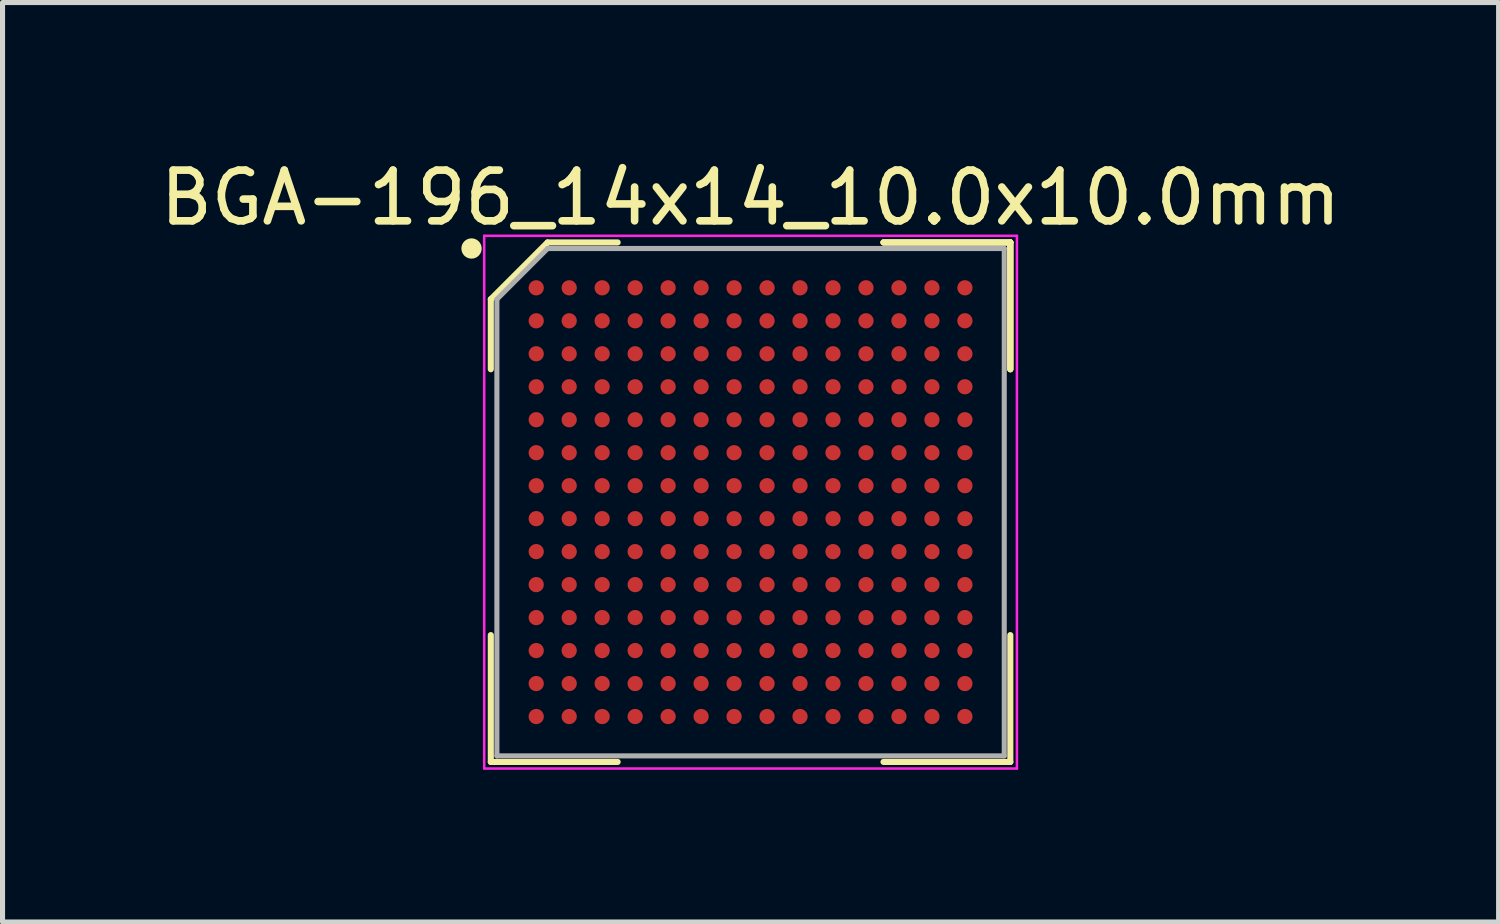
<source format=kicad_pcb>
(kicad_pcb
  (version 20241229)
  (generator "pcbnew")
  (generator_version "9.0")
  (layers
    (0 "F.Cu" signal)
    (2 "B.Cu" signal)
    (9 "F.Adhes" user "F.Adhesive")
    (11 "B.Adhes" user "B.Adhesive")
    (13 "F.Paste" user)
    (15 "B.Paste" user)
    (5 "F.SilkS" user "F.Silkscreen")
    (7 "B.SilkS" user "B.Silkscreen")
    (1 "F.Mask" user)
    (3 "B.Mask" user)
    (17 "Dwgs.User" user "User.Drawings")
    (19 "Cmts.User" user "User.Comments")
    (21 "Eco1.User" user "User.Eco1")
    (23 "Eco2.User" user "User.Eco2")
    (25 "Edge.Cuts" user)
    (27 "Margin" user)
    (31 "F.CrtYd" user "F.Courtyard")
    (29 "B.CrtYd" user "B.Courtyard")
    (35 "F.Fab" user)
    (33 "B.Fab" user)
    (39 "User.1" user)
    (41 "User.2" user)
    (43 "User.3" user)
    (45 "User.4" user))
  (footprint "BGA-196_14x14_10.0x10.0mm"
    (layer "F.Cu")
    (at 11.744 6.848)
    (property "Reference" "BGA-196_14x14_10.0x10.0mm" (at 0 -6 0) (layer "F.SilkS") (effects (font (size 1 1) (thickness 0.15))))
    (attr through_hole)
    (fp_line (start -5.12 -4) (end -5.12 -2.62) (stroke (width 0.12) (type solid)) (layer "F.SilkS"))
    (fp_line (start -5.12 5.12) (end -5.12 2.62) (stroke (width 0.12) (type solid)) (layer "F.SilkS"))
    (fp_line (start -4 -5.12) (end -5.12 -4) (stroke (width 0.12) (type solid)) (layer "F.SilkS"))
    (fp_line (start -2.62 -5.12) (end -4 -5.12) (stroke (width 0.12) (type solid)) (layer "F.SilkS"))
    (fp_line (start -2.62 5.12) (end -5.12 5.12) (stroke (width 0.12) (type solid)) (layer "F.SilkS"))
    (fp_line (start 2.62 -5.12) (end 5.12 -5.12) (stroke (width 0.12) (type solid)) (layer "F.SilkS"))
    (fp_line (start 2.62 -5.12) (end 5.12 -5.12) (stroke (width 0.12) (type solid)) (layer "F.SilkS"))
    (fp_line (start 2.62 -5.12) (end 5.12 -5.12) (stroke (width 0.12) (type solid)) (layer "F.SilkS"))
    (fp_line (start 2.62 5.12) (end 5.12 5.12) (stroke (width 0.12) (type solid)) (layer "F.SilkS"))
    (fp_line (start 5.12 -5.12) (end 5.12 -2.62) (stroke (width 0.12) (type solid)) (layer "F.SilkS"))
    (fp_line (start 5.12 -5.12) (end 5.12 -2.62) (stroke (width 0.12) (type solid)) (layer "F.SilkS"))
    (fp_line (start 5.12 -5.12) (end 5.12 -2.62) (stroke (width 0.12) (type solid)) (layer "F.SilkS"))
    (fp_line (start 5.12 5.12) (end 5.12 2.62) (stroke (width 0.12) (type solid)) (layer "F.SilkS"))
    (fp_circle (center -5.5 -5) (end -5.5 -4.9) (stroke (width 0.2) (type solid)) (fill no) (layer "F.SilkS"))
    (fp_line (start -5.25 -5.25) (end 5.25 -5.25) (stroke (width 0.05) (type solid)) (layer "F.CrtYd"))
    (fp_line (start -5.25 5.25) (end -5.25 -5.25) (stroke (width 0.05) (type solid)) (layer "F.CrtYd"))
    (fp_line (start 5.25 -5.25) (end 5.25 5.25) (stroke (width 0.05) (type solid)) (layer "F.CrtYd"))
    (fp_line (start 5.25 5.25) (end -5.25 5.25) (stroke (width 0.05) (type solid)) (layer "F.CrtYd"))
    (fp_line (start -5 -4) (end -5 5) (stroke (width 0.1) (type solid)) (layer "F.Fab"))
    (fp_line (start -5 5) (end 5 5) (stroke (width 0.1) (type solid)) (layer "F.Fab"))
    (fp_line (start -4 -5) (end -5 -4) (stroke (width 0.1) (type solid)) (layer "F.Fab"))
    (fp_line (start 5 -5) (end -4 -5) (stroke (width 0.1) (type solid)) (layer "F.Fab"))
    (fp_line (start 5 5) (end 5 -5) (stroke (width 0.1) (type solid)) (layer "F.Fab"))
    (pad "A1" smd circle (at -4.225 -4.225) (size 0.3 0.3) (layers "F.Cu" "F.Mask" "F.Paste"))
    (pad "A2" smd circle (at -3.575 -4.225) (size 0.3 0.3) (layers "F.Cu" "F.Mask" "F.Paste"))
    (pad "A3" smd circle (at -2.925 -4.225) (size 0.3 0.3) (layers "F.Cu" "F.Mask" "F.Paste"))
    (pad "A4" smd circle (at -2.275 -4.225) (size 0.3 0.3) (layers "F.Cu" "F.Mask" "F.Paste"))
    (pad "A5" smd circle (at -1.625 -4.225) (size 0.3 0.3) (layers "F.Cu" "F.Mask" "F.Paste"))
    (pad "A6" smd circle (at -0.975 -4.225) (size 0.3 0.3) (layers "F.Cu" "F.Mask" "F.Paste"))
    (pad "A7" smd circle (at -0.325 -4.225) (size 0.3 0.3) (layers "F.Cu" "F.Mask" "F.Paste"))
    (pad "A8" smd circle (at 0.325 -4.225) (size 0.3 0.3) (layers "F.Cu" "F.Mask" "F.Paste"))
    (pad "A9" smd circle (at 0.975 -4.225) (size 0.3 0.3) (layers "F.Cu" "F.Mask" "F.Paste"))
    (pad "A10" smd circle (at 1.625 -4.225) (size 0.3 0.3) (layers "F.Cu" "F.Mask" "F.Paste"))
    (pad "A11" smd circle (at 2.275 -4.225) (size 0.3 0.3) (layers "F.Cu" "F.Mask" "F.Paste"))
    (pad "A12" smd circle (at 2.925 -4.225) (size 0.3 0.3) (layers "F.Cu" "F.Mask" "F.Paste"))
    (pad "A13" smd circle (at 3.575 -4.225) (size 0.3 0.3) (layers "F.Cu" "F.Mask" "F.Paste"))
    (pad "A14" smd circle (at 4.225 -4.225) (size 0.3 0.3) (layers "F.Cu" "F.Mask" "F.Paste"))
    (pad "B1" smd circle (at -4.225 -3.575) (size 0.3 0.3) (layers "F.Cu" "F.Mask" "F.Paste"))
    (pad "B2" smd circle (at -3.575 -3.575) (size 0.3 0.3) (layers "F.Cu" "F.Mask" "F.Paste"))
    (pad "B3" smd circle (at -2.925 -3.575) (size 0.3 0.3) (layers "F.Cu" "F.Mask" "F.Paste"))
    (pad "B4" smd circle (at -2.275 -3.575) (size 0.3 0.3) (layers "F.Cu" "F.Mask" "F.Paste"))
    (pad "B5" smd circle (at -1.625 -3.575) (size 0.3 0.3) (layers "F.Cu" "F.Mask" "F.Paste"))
    (pad "B6" smd circle (at -0.975 -3.575) (size 0.3 0.3) (layers "F.Cu" "F.Mask" "F.Paste"))
    (pad "B7" smd circle (at -0.325 -3.575) (size 0.3 0.3) (layers "F.Cu" "F.Mask" "F.Paste"))
    (pad "B8" smd circle (at 0.325 -3.575) (size 0.3 0.3) (layers "F.Cu" "F.Mask" "F.Paste"))
    (pad "B9" smd circle (at 0.975 -3.575) (size 0.3 0.3) (layers "F.Cu" "F.Mask" "F.Paste"))
    (pad "B10" smd circle (at 1.625 -3.575) (size 0.3 0.3) (layers "F.Cu" "F.Mask" "F.Paste"))
    (pad "B11" smd circle (at 2.275 -3.575) (size 0.3 0.3) (layers "F.Cu" "F.Mask" "F.Paste"))
    (pad "B12" smd circle (at 2.925 -3.575) (size 0.3 0.3) (layers "F.Cu" "F.Mask" "F.Paste"))
    (pad "B13" smd circle (at 3.575 -3.575) (size 0.3 0.3) (layers "F.Cu" "F.Mask" "F.Paste"))
    (pad "B14" smd circle (at 4.225 -3.575) (size 0.3 0.3) (layers "F.Cu" "F.Mask" "F.Paste"))
    (pad "C1" smd circle (at -4.225 -2.925) (size 0.3 0.3) (layers "F.Cu" "F.Mask" "F.Paste"))
    (pad "C2" smd circle (at -3.575 -2.925) (size 0.3 0.3) (layers "F.Cu" "F.Mask" "F.Paste"))
    (pad "C3" smd circle (at -2.925 -2.925) (size 0.3 0.3) (layers "F.Cu" "F.Mask" "F.Paste"))
    (pad "C4" smd circle (at -2.275 -2.925) (size 0.3 0.3) (layers "F.Cu" "F.Mask" "F.Paste"))
    (pad "C5" smd circle (at -1.625 -2.925) (size 0.3 0.3) (layers "F.Cu" "F.Mask" "F.Paste"))
    (pad "C6" smd circle (at -0.975 -2.925) (size 0.3 0.3) (layers "F.Cu" "F.Mask" "F.Paste"))
    (pad "C7" smd circle (at -0.325 -2.925) (size 0.3 0.3) (layers "F.Cu" "F.Mask" "F.Paste"))
    (pad "C8" smd circle (at 0.325 -2.925) (size 0.3 0.3) (layers "F.Cu" "F.Mask" "F.Paste"))
    (pad "C9" smd circle (at 0.975 -2.925) (size 0.3 0.3) (layers "F.Cu" "F.Mask" "F.Paste"))
    (pad "C10" smd circle (at 1.625 -2.925) (size 0.3 0.3) (layers "F.Cu" "F.Mask" "F.Paste"))
    (pad "C11" smd circle (at 2.275 -2.925) (size 0.3 0.3) (layers "F.Cu" "F.Mask" "F.Paste"))
    (pad "C12" smd circle (at 2.925 -2.925) (size 0.3 0.3) (layers "F.Cu" "F.Mask" "F.Paste"))
    (pad "C13" smd circle (at 3.575 -2.925) (size 0.3 0.3) (layers "F.Cu" "F.Mask" "F.Paste"))
    (pad "C14" smd circle (at 4.225 -2.925) (size 0.3 0.3) (layers "F.Cu" "F.Mask" "F.Paste"))
    (pad "D1" smd circle (at -4.225 -2.275) (size 0.3 0.3) (layers "F.Cu" "F.Mask" "F.Paste"))
    (pad "D2" smd circle (at -3.575 -2.275) (size 0.3 0.3) (layers "F.Cu" "F.Mask" "F.Paste"))
    (pad "D3" smd circle (at -2.925 -2.275) (size 0.3 0.3) (layers "F.Cu" "F.Mask" "F.Paste"))
    (pad "D4" smd circle (at -2.275 -2.275) (size 0.3 0.3) (layers "F.Cu" "F.Mask" "F.Paste"))
    (pad "D5" smd circle (at -1.625 -2.275) (size 0.3 0.3) (layers "F.Cu" "F.Mask" "F.Paste"))
    (pad "D6" smd circle (at -0.975 -2.275) (size 0.3 0.3) (layers "F.Cu" "F.Mask" "F.Paste"))
    (pad "D7" smd circle (at -0.325 -2.275) (size 0.3 0.3) (layers "F.Cu" "F.Mask" "F.Paste"))
    (pad "D8" smd circle (at 0.325 -2.275) (size 0.3 0.3) (layers "F.Cu" "F.Mask" "F.Paste"))
    (pad "D9" smd circle (at 0.975 -2.275) (size 0.3 0.3) (layers "F.Cu" "F.Mask" "F.Paste"))
    (pad "D10" smd circle (at 1.625 -2.275) (size 0.3 0.3) (layers "F.Cu" "F.Mask" "F.Paste"))
    (pad "D11" smd circle (at 2.275 -2.275) (size 0.3 0.3) (layers "F.Cu" "F.Mask" "F.Paste"))
    (pad "D12" smd circle (at 2.925 -2.275) (size 0.3 0.3) (layers "F.Cu" "F.Mask" "F.Paste"))
    (pad "D13" smd circle (at 3.575 -2.275) (size 0.3 0.3) (layers "F.Cu" "F.Mask" "F.Paste"))
    (pad "D14" smd circle (at 4.225 -2.275) (size 0.3 0.3) (layers "F.Cu" "F.Mask" "F.Paste"))
    (pad "E1" smd circle (at -4.225 -1.625) (size 0.3 0.3) (layers "F.Cu" "F.Mask" "F.Paste"))
    (pad "E2" smd circle (at -3.575 -1.625) (size 0.3 0.3) (layers "F.Cu" "F.Mask" "F.Paste"))
    (pad "E3" smd circle (at -2.925 -1.625) (size 0.3 0.3) (layers "F.Cu" "F.Mask" "F.Paste"))
    (pad "E4" smd circle (at -2.275 -1.625) (size 0.3 0.3) (layers "F.Cu" "F.Mask" "F.Paste"))
    (pad "E5" smd circle (at -1.625 -1.625) (size 0.3 0.3) (layers "F.Cu" "F.Mask" "F.Paste"))
    (pad "E6" smd circle (at -0.975 -1.625) (size 0.3 0.3) (layers "F.Cu" "F.Mask" "F.Paste"))
    (pad "E7" smd circle (at -0.325 -1.625) (size 0.3 0.3) (layers "F.Cu" "F.Mask" "F.Paste"))
    (pad "E8" smd circle (at 0.325 -1.625) (size 0.3 0.3) (layers "F.Cu" "F.Mask" "F.Paste"))
    (pad "E9" smd circle (at 0.975 -1.625) (size 0.3 0.3) (layers "F.Cu" "F.Mask" "F.Paste"))
    (pad "E10" smd circle (at 1.625 -1.625) (size 0.3 0.3) (layers "F.Cu" "F.Mask" "F.Paste"))
    (pad "E11" smd circle (at 2.275 -1.625) (size 0.3 0.3) (layers "F.Cu" "F.Mask" "F.Paste"))
    (pad "E12" smd circle (at 2.925 -1.625) (size 0.3 0.3) (layers "F.Cu" "F.Mask" "F.Paste"))
    (pad "E13" smd circle (at 3.575 -1.625) (size 0.3 0.3) (layers "F.Cu" "F.Mask" "F.Paste"))
    (pad "E14" smd circle (at 4.225 -1.625) (size 0.3 0.3) (layers "F.Cu" "F.Mask" "F.Paste"))
    (pad "F1" smd circle (at -4.225 -0.975) (size 0.3 0.3) (layers "F.Cu" "F.Mask" "F.Paste"))
    (pad "F2" smd circle (at -3.575 -0.975) (size 0.3 0.3) (layers "F.Cu" "F.Mask" "F.Paste"))
    (pad "F3" smd circle (at -2.925 -0.975) (size 0.3 0.3) (layers "F.Cu" "F.Mask" "F.Paste"))
    (pad "F4" smd circle (at -2.275 -0.975) (size 0.3 0.3) (layers "F.Cu" "F.Mask" "F.Paste"))
    (pad "F5" smd circle (at -1.625 -0.975) (size 0.3 0.3) (layers "F.Cu" "F.Mask" "F.Paste"))
    (pad "F6" smd circle (at -0.975 -0.975) (size 0.3 0.3) (layers "F.Cu" "F.Mask" "F.Paste"))
    (pad "F7" smd circle (at -0.325 -0.975) (size 0.3 0.3) (layers "F.Cu" "F.Mask" "F.Paste"))
    (pad "F8" smd circle (at 0.325 -0.975) (size 0.3 0.3) (layers "F.Cu" "F.Mask" "F.Paste"))
    (pad "F9" smd circle (at 0.975 -0.975) (size 0.3 0.3) (layers "F.Cu" "F.Mask" "F.Paste"))
    (pad "F10" smd circle (at 1.625 -0.975) (size 0.3 0.3) (layers "F.Cu" "F.Mask" "F.Paste"))
    (pad "F11" smd circle (at 2.275 -0.975) (size 0.3 0.3) (layers "F.Cu" "F.Mask" "F.Paste"))
    (pad "F12" smd circle (at 2.925 -0.975) (size 0.3 0.3) (layers "F.Cu" "F.Mask" "F.Paste"))
    (pad "F13" smd circle (at 3.575 -0.975) (size 0.3 0.3) (layers "F.Cu" "F.Mask" "F.Paste"))
    (pad "F14" smd circle (at 4.225 -0.975) (size 0.3 0.3) (layers "F.Cu" "F.Mask" "F.Paste"))
    (pad "G1" smd circle (at -4.225 -0.325) (size 0.3 0.3) (layers "F.Cu" "F.Mask" "F.Paste"))
    (pad "G2" smd circle (at -3.575 -0.325) (size 0.3 0.3) (layers "F.Cu" "F.Mask" "F.Paste"))
    (pad "G3" smd circle (at -2.925 -0.325) (size 0.3 0.3) (layers "F.Cu" "F.Mask" "F.Paste"))
    (pad "G4" smd circle (at -2.275 -0.325) (size 0.3 0.3) (layers "F.Cu" "F.Mask" "F.Paste"))
    (pad "G5" smd circle (at -1.625 -0.325) (size 0.3 0.3) (layers "F.Cu" "F.Mask" "F.Paste"))
    (pad "G6" smd circle (at -0.975 -0.325) (size 0.3 0.3) (layers "F.Cu" "F.Mask" "F.Paste"))
    (pad "G7" smd circle (at -0.325 -0.325) (size 0.3 0.3) (layers "F.Cu" "F.Mask" "F.Paste"))
    (pad "G8" smd circle (at 0.325 -0.325) (size 0.3 0.3) (layers "F.Cu" "F.Mask" "F.Paste"))
    (pad "G9" smd circle (at 0.975 -0.325) (size 0.3 0.3) (layers "F.Cu" "F.Mask" "F.Paste"))
    (pad "G10" smd circle (at 1.625 -0.325) (size 0.3 0.3) (layers "F.Cu" "F.Mask" "F.Paste"))
    (pad "G11" smd circle (at 2.275 -0.325) (size 0.3 0.3) (layers "F.Cu" "F.Mask" "F.Paste"))
    (pad "G12" smd circle (at 2.925 -0.325) (size 0.3 0.3) (layers "F.Cu" "F.Mask" "F.Paste"))
    (pad "G13" smd circle (at 3.575 -0.325) (size 0.3 0.3) (layers "F.Cu" "F.Mask" "F.Paste"))
    (pad "G14" smd circle (at 4.225 -0.325) (size 0.3 0.3) (layers "F.Cu" "F.Mask" "F.Paste"))
    (pad "H1" smd circle (at -4.225 0.325) (size 0.3 0.3) (layers "F.Cu" "F.Mask" "F.Paste"))
    (pad "H2" smd circle (at -3.575 0.325) (size 0.3 0.3) (layers "F.Cu" "F.Mask" "F.Paste"))
    (pad "H3" smd circle (at -2.925 0.325) (size 0.3 0.3) (layers "F.Cu" "F.Mask" "F.Paste"))
    (pad "H4" smd circle (at -2.275 0.325) (size 0.3 0.3) (layers "F.Cu" "F.Mask" "F.Paste"))
    (pad "H5" smd circle (at -1.625 0.325) (size 0.3 0.3) (layers "F.Cu" "F.Mask" "F.Paste"))
    (pad "H6" smd circle (at -0.975 0.325) (size 0.3 0.3) (layers "F.Cu" "F.Mask" "F.Paste"))
    (pad "H7" smd circle (at -0.325 0.325) (size 0.3 0.3) (layers "F.Cu" "F.Mask" "F.Paste"))
    (pad "H8" smd circle (at 0.325 0.325) (size 0.3 0.3) (layers "F.Cu" "F.Mask" "F.Paste"))
    (pad "H9" smd circle (at 0.975 0.325) (size 0.3 0.3) (layers "F.Cu" "F.Mask" "F.Paste"))
    (pad "H10" smd circle (at 1.625 0.325) (size 0.3 0.3) (layers "F.Cu" "F.Mask" "F.Paste"))
    (pad "H11" smd circle (at 2.275 0.325) (size 0.3 0.3) (layers "F.Cu" "F.Mask" "F.Paste"))
    (pad "H12" smd circle (at 2.925 0.325) (size 0.3 0.3) (layers "F.Cu" "F.Mask" "F.Paste"))
    (pad "H13" smd circle (at 3.575 0.325) (size 0.3 0.3) (layers "F.Cu" "F.Mask" "F.Paste"))
    (pad "H14" smd circle (at 4.225 0.325) (size 0.3 0.3) (layers "F.Cu" "F.Mask" "F.Paste"))
    (pad "J1" smd circle (at -4.225 0.975) (size 0.3 0.3) (layers "F.Cu" "F.Mask" "F.Paste"))
    (pad "J2" smd circle (at -3.575 0.975) (size 0.3 0.3) (layers "F.Cu" "F.Mask" "F.Paste"))
    (pad "J3" smd circle (at -2.925 0.975) (size 0.3 0.3) (layers "F.Cu" "F.Mask" "F.Paste"))
    (pad "J4" smd circle (at -2.275 0.975) (size 0.3 0.3) (layers "F.Cu" "F.Mask" "F.Paste"))
    (pad "J5" smd circle (at -1.625 0.975) (size 0.3 0.3) (layers "F.Cu" "F.Mask" "F.Paste"))
    (pad "J6" smd circle (at -0.975 0.975) (size 0.3 0.3) (layers "F.Cu" "F.Mask" "F.Paste"))
    (pad "J7" smd circle (at -0.325 0.975) (size 0.3 0.3) (layers "F.Cu" "F.Mask" "F.Paste"))
    (pad "J8" smd circle (at 0.325 0.975) (size 0.3 0.3) (layers "F.Cu" "F.Mask" "F.Paste"))
    (pad "J9" smd circle (at 0.975 0.975) (size 0.3 0.3) (layers "F.Cu" "F.Mask" "F.Paste"))
    (pad "J10" smd circle (at 1.625 0.975) (size 0.3 0.3) (layers "F.Cu" "F.Mask" "F.Paste"))
    (pad "J11" smd circle (at 2.275 0.975) (size 0.3 0.3) (layers "F.Cu" "F.Mask" "F.Paste"))
    (pad "J12" smd circle (at 2.925 0.975) (size 0.3 0.3) (layers "F.Cu" "F.Mask" "F.Paste"))
    (pad "J13" smd circle (at 3.575 0.975) (size 0.3 0.3) (layers "F.Cu" "F.Mask" "F.Paste"))
    (pad "J14" smd circle (at 4.225 0.975) (size 0.3 0.3) (layers "F.Cu" "F.Mask" "F.Paste"))
    (pad "K1" smd circle (at -4.225 1.625) (size 0.3 0.3) (layers "F.Cu" "F.Mask" "F.Paste"))
    (pad "K2" smd circle (at -3.575 1.625) (size 0.3 0.3) (layers "F.Cu" "F.Mask" "F.Paste"))
    (pad "K3" smd circle (at -2.925 1.625) (size 0.3 0.3) (layers "F.Cu" "F.Mask" "F.Paste"))
    (pad "K4" smd circle (at -2.275 1.625) (size 0.3 0.3) (layers "F.Cu" "F.Mask" "F.Paste"))
    (pad "K5" smd circle (at -1.625 1.625) (size 0.3 0.3) (layers "F.Cu" "F.Mask" "F.Paste"))
    (pad "K6" smd circle (at -0.975 1.625) (size 0.3 0.3) (layers "F.Cu" "F.Mask" "F.Paste"))
    (pad "K7" smd circle (at -0.325 1.625) (size 0.3 0.3) (layers "F.Cu" "F.Mask" "F.Paste"))
    (pad "K8" smd circle (at 0.325 1.625) (size 0.3 0.3) (layers "F.Cu" "F.Mask" "F.Paste"))
    (pad "K9" smd circle (at 0.975 1.625) (size 0.3 0.3) (layers "F.Cu" "F.Mask" "F.Paste"))
    (pad "K10" smd circle (at 1.625 1.625) (size 0.3 0.3) (layers "F.Cu" "F.Mask" "F.Paste"))
    (pad "K11" smd circle (at 2.275 1.625) (size 0.3 0.3) (layers "F.Cu" "F.Mask" "F.Paste"))
    (pad "K12" smd circle (at 2.925 1.625) (size 0.3 0.3) (layers "F.Cu" "F.Mask" "F.Paste"))
    (pad "K13" smd circle (at 3.575 1.625) (size 0.3 0.3) (layers "F.Cu" "F.Mask" "F.Paste"))
    (pad "K14" smd circle (at 4.225 1.625) (size 0.3 0.3) (layers "F.Cu" "F.Mask" "F.Paste"))
    (pad "L1" smd circle (at -4.225 2.275) (size 0.3 0.3) (layers "F.Cu" "F.Mask" "F.Paste"))
    (pad "L2" smd circle (at -3.575 2.275) (size 0.3 0.3) (layers "F.Cu" "F.Mask" "F.Paste"))
    (pad "L3" smd circle (at -2.925 2.275) (size 0.3 0.3) (layers "F.Cu" "F.Mask" "F.Paste"))
    (pad "L4" smd circle (at -2.275 2.275) (size 0.3 0.3) (layers "F.Cu" "F.Mask" "F.Paste"))
    (pad "L5" smd circle (at -1.625 2.275) (size 0.3 0.3) (layers "F.Cu" "F.Mask" "F.Paste"))
    (pad "L6" smd circle (at -0.975 2.275) (size 0.3 0.3) (layers "F.Cu" "F.Mask" "F.Paste"))
    (pad "L7" smd circle (at -0.325 2.275) (size 0.3 0.3) (layers "F.Cu" "F.Mask" "F.Paste"))
    (pad "L8" smd circle (at 0.325 2.275) (size 0.3 0.3) (layers "F.Cu" "F.Mask" "F.Paste"))
    (pad "L9" smd circle (at 0.975 2.275) (size 0.3 0.3) (layers "F.Cu" "F.Mask" "F.Paste"))
    (pad "L10" smd circle (at 1.625 2.275) (size 0.3 0.3) (layers "F.Cu" "F.Mask" "F.Paste"))
    (pad "L11" smd circle (at 2.275 2.275) (size 0.3 0.3) (layers "F.Cu" "F.Mask" "F.Paste"))
    (pad "L12" smd circle (at 2.925 2.275) (size 0.3 0.3) (layers "F.Cu" "F.Mask" "F.Paste"))
    (pad "L13" smd circle (at 3.575 2.275) (size 0.3 0.3) (layers "F.Cu" "F.Mask" "F.Paste"))
    (pad "L14" smd circle (at 4.225 2.275) (size 0.3 0.3) (layers "F.Cu" "F.Mask" "F.Paste"))
    (pad "M1" smd circle (at -4.225 2.925) (size 0.3 0.3) (layers "F.Cu" "F.Mask" "F.Paste"))
    (pad "M2" smd circle (at -3.575 2.925) (size 0.3 0.3) (layers "F.Cu" "F.Mask" "F.Paste"))
    (pad "M3" smd circle (at -2.925 2.925) (size 0.3 0.3) (layers "F.Cu" "F.Mask" "F.Paste"))
    (pad "M4" smd circle (at -2.275 2.925) (size 0.3 0.3) (layers "F.Cu" "F.Mask" "F.Paste"))
    (pad "M5" smd circle (at -1.625 2.925) (size 0.3 0.3) (layers "F.Cu" "F.Mask" "F.Paste"))
    (pad "M6" smd circle (at -0.975 2.925) (size 0.3 0.3) (layers "F.Cu" "F.Mask" "F.Paste"))
    (pad "M7" smd circle (at -0.325 2.925) (size 0.3 0.3) (layers "F.Cu" "F.Mask" "F.Paste"))
    (pad "M8" smd circle (at 0.325 2.925) (size 0.3 0.3) (layers "F.Cu" "F.Mask" "F.Paste"))
    (pad "M9" smd circle (at 0.975 2.925) (size 0.3 0.3) (layers "F.Cu" "F.Mask" "F.Paste"))
    (pad "M10" smd circle (at 1.625 2.925) (size 0.3 0.3) (layers "F.Cu" "F.Mask" "F.Paste"))
    (pad "M11" smd circle (at 2.275 2.925) (size 0.3 0.3) (layers "F.Cu" "F.Mask" "F.Paste"))
    (pad "M12" smd circle (at 2.925 2.925) (size 0.3 0.3) (layers "F.Cu" "F.Mask" "F.Paste"))
    (pad "M13" smd circle (at 3.575 2.925) (size 0.3 0.3) (layers "F.Cu" "F.Mask" "F.Paste"))
    (pad "M14" smd circle (at 4.225 2.925) (size 0.3 0.3) (layers "F.Cu" "F.Mask" "F.Paste"))
    (pad "N1" smd circle (at -4.225 3.575) (size 0.3 0.3) (layers "F.Cu" "F.Mask" "F.Paste"))
    (pad "N2" smd circle (at -3.575 3.575) (size 0.3 0.3) (layers "F.Cu" "F.Mask" "F.Paste"))
    (pad "N3" smd circle (at -2.925 3.575) (size 0.3 0.3) (layers "F.Cu" "F.Mask" "F.Paste"))
    (pad "N4" smd circle (at -2.275 3.575) (size 0.3 0.3) (layers "F.Cu" "F.Mask" "F.Paste"))
    (pad "N5" smd circle (at -1.625 3.575) (size 0.3 0.3) (layers "F.Cu" "F.Mask" "F.Paste"))
    (pad "N6" smd circle (at -0.975 3.575) (size 0.3 0.3) (layers "F.Cu" "F.Mask" "F.Paste"))
    (pad "N7" smd circle (at -0.325 3.575) (size 0.3 0.3) (layers "F.Cu" "F.Mask" "F.Paste"))
    (pad "N8" smd circle (at 0.325 3.575) (size 0.3 0.3) (layers "F.Cu" "F.Mask" "F.Paste"))
    (pad "N9" smd circle (at 0.975 3.575) (size 0.3 0.3) (layers "F.Cu" "F.Mask" "F.Paste"))
    (pad "N10" smd circle (at 1.625 3.575) (size 0.3 0.3) (layers "F.Cu" "F.Mask" "F.Paste"))
    (pad "N11" smd circle (at 2.275 3.575) (size 0.3 0.3) (layers "F.Cu" "F.Mask" "F.Paste"))
    (pad "N12" smd circle (at 2.925 3.575) (size 0.3 0.3) (layers "F.Cu" "F.Mask" "F.Paste"))
    (pad "N13" smd circle (at 3.575 3.575) (size 0.3 0.3) (layers "F.Cu" "F.Mask" "F.Paste"))
    (pad "N14" smd circle (at 4.225 3.575) (size 0.3 0.3) (layers "F.Cu" "F.Mask" "F.Paste"))
    (pad "P1" smd circle (at -4.225 4.225) (size 0.3 0.3) (layers "F.Cu" "F.Mask" "F.Paste"))
    (pad "P2" smd circle (at -3.575 4.225) (size 0.3 0.3) (layers "F.Cu" "F.Mask" "F.Paste"))
    (pad "P3" smd circle (at -2.925 4.225) (size 0.3 0.3) (layers "F.Cu" "F.Mask" "F.Paste"))
    (pad "P4" smd circle (at -2.275 4.225) (size 0.3 0.3) (layers "F.Cu" "F.Mask" "F.Paste"))
    (pad "P5" smd circle (at -1.625 4.225) (size 0.3 0.3) (layers "F.Cu" "F.Mask" "F.Paste"))
    (pad "P6" smd circle (at -0.975 4.225) (size 0.3 0.3) (layers "F.Cu" "F.Mask" "F.Paste"))
    (pad "P7" smd circle (at -0.325 4.225) (size 0.3 0.3) (layers "F.Cu" "F.Mask" "F.Paste"))
    (pad "P8" smd circle (at 0.325 4.225) (size 0.3 0.3) (layers "F.Cu" "F.Mask" "F.Paste"))
    (pad "P9" smd circle (at 0.975 4.225) (size 0.3 0.3) (layers "F.Cu" "F.Mask" "F.Paste"))
    (pad "P10" smd circle (at 1.625 4.225) (size 0.3 0.3) (layers "F.Cu" "F.Mask" "F.Paste"))
    (pad "P11" smd circle (at 2.275 4.225) (size 0.3 0.3) (layers "F.Cu" "F.Mask" "F.Paste"))
    (pad "P12" smd circle (at 2.925 4.225) (size 0.3 0.3) (layers "F.Cu" "F.Mask" "F.Paste"))
    (pad "P13" smd circle (at 3.575 4.225) (size 0.3 0.3) (layers "F.Cu" "F.Mask" "F.Paste"))
    (pad "P14" smd circle (at 4.225 4.225) (size 0.3 0.3) (layers "F.Cu" "F.Mask" "F.Paste")))
  (gr_rect
    (start -3 -3)
    (end 26.488 15.123)
    (stroke (width 0.1) (type default))
    (fill no)
    (layer "Edge.Cuts")))
</source>
